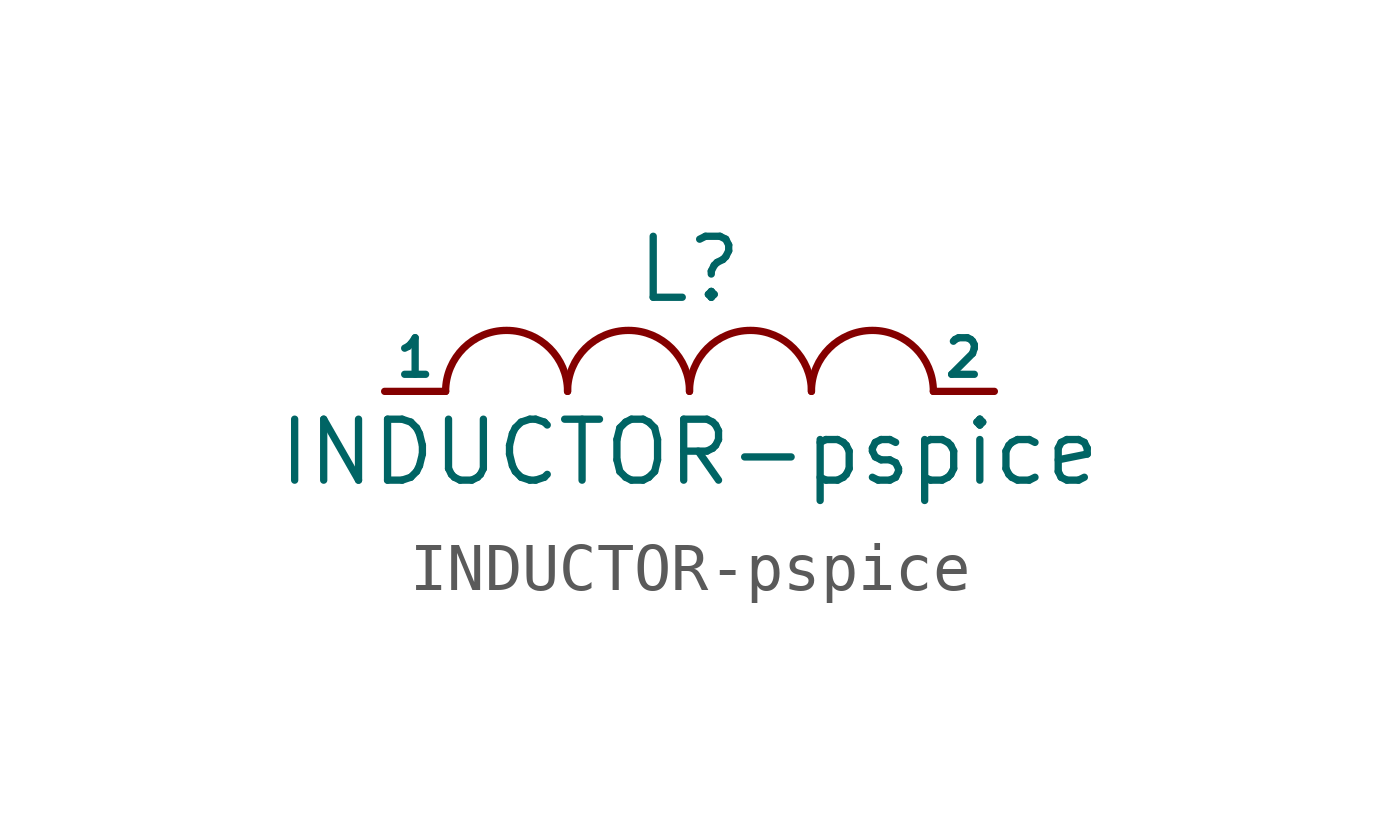
<source format=kicad_sym>
(kicad_symbol_lib
  (version 20211014)
  (generator kicad_symbol_editor)
  (symbol "INDUCTOR-pspice"
    (pin_numbers hide)
    (pin_names
      (offset 0))
    (property "Reference" "L"
      (at 0 2.54 0)
      (effects (font (size 1.27 1.27))))
    (property "Value" "INDUCTOR-pspice"
      (at 0 -1.27 0)
      (effects (font (size 1.27 1.27))))
    (symbol "INDUCTOR-pspice_0_1"
      (arc (start -2.54 0) (mid -3.81 1.27) (end -5.08 0) (stroke (width 0) (type default) (color 0 0 0 0)) (fill (type none)))
      (arc (start 0 0) (mid -1.27 1.27) (end -2.54 0) (stroke (width 0) (type default) (color 0 0 0 0)) (fill (type none)))
      (arc (start 2.54 0) (mid 1.27 1.27) (end 0 0) (stroke (width 0) (type default) (color 0 0 0 0)) (fill (type none)))
      (arc (start 5.08 0) (mid 3.81 1.27) (end 2.54 0) (stroke (width 0) (type default) (color 0 0 0 0)) (fill (type none))))
    (symbol "INDUCTOR-pspice_1_1"
      (pin input line (at -6.35 0 0) (length 1.27) (name "1" (effects (font (size 0.762 0.762)))) (number "1" (effects (font (size 0.762 0.762)))))
      (pin input line (at 6.35 0 180) (length 1.27) (name "2" (effects (font (size 0.762 0.762)))) (number "2" (effects (font (size 0.762 0.762))))))))
</source>
